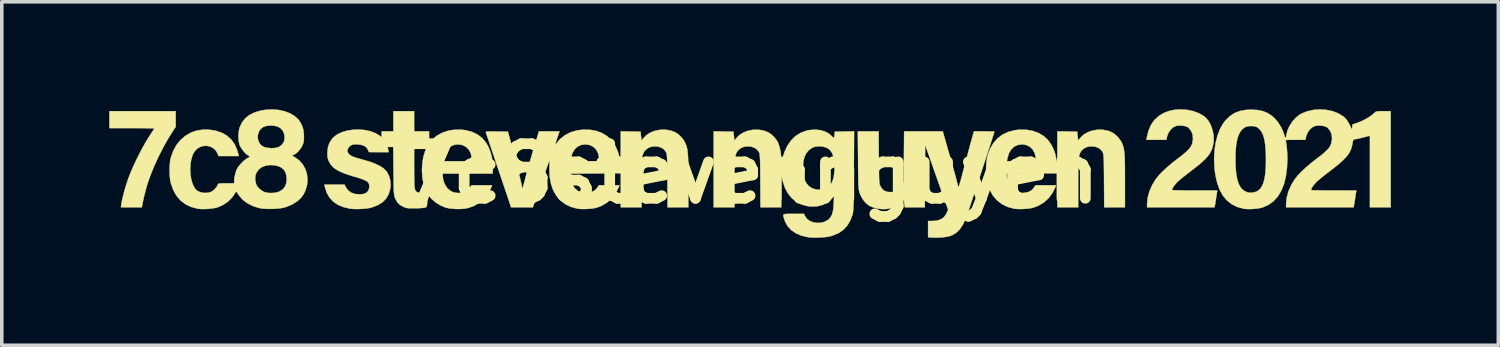
<source format=kicad_pcb>
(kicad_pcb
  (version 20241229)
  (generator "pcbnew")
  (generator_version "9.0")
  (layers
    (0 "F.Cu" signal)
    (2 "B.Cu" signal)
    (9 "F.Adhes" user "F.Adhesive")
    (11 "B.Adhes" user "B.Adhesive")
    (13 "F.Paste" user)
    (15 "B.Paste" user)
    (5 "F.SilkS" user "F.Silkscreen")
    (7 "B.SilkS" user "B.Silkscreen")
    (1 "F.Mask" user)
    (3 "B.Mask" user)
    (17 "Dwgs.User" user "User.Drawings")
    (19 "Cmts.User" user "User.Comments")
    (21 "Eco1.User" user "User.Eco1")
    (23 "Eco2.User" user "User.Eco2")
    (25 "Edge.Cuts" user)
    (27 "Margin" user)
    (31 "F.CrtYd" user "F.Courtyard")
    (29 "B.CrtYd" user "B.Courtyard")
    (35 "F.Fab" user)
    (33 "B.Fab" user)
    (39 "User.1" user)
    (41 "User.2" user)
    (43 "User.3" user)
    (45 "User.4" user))
  (footprint "7c8stevennguyen"
    (layer "F.Cu")
    (at 17.894 1.797)
    (property "Reference" "7c8stevennguyen" (at 0 0 0) (layer "F.SilkS") (effects (font (size 1.524 1.524) (thickness 0.3))))
    (attr through_hole)
    (fp_poly (pts (xy -16.038 -1.304) (xy -16.108 -1.201) (xy -16.247 -0.98) (xy -16.385 -0.734) (xy -16.518 -0.472) (xy -16.64 -0.205) (xy -16.746 0.056) (xy -16.816 0.254) (xy -16.85 0.365) (xy -16.885 0.497) (xy -16.92 0.635) (xy -16.95 0.767) (xy -16.972 0.875) (xy -16.983 0.943) (xy -17.567 0.943) (xy -17.555 0.852) (xy -17.538 0.754) (xy -17.509 0.631) (xy -17.473 0.492) (xy -17.43 0.345) (xy -17.383 0.201) (xy -17.355 0.118) (xy -17.297 -0.03) (xy -17.224 -0.197) (xy -17.141 -0.376) (xy -17.051 -0.556) (xy -16.96 -0.729) (xy -16.871 -0.886) (xy -16.79 -1.019) (xy -16.783 -1.029) (xy -16.732 -1.108) (xy -16.688 -1.176) (xy -16.656 -1.227) (xy -16.639 -1.256) (xy -16.637 -1.26) (xy -16.654 -1.263) (xy -16.704 -1.265) (xy -16.782 -1.266) (xy -16.883 -1.268) (xy -17.004 -1.269) (xy -17.141 -1.27) (xy -17.263 -1.27) (xy -17.889 -1.27) (xy -17.889 -1.742) (xy -16.038 -1.742) (xy -16.038 -1.304)) (stroke (width 0.01) (type solid)) (fill yes) (layer "F.SilkS"))
    (fp_poly (pts (xy 12.211 -1.778) (xy 12.379 -1.742) (xy 12.533 -1.685) (xy 12.665 -1.608) (xy 12.713 -1.571) (xy 12.795 -1.478) (xy 12.862 -1.36) (xy 12.911 -1.224) (xy 12.941 -1.079) (xy 12.947 -0.933) (xy 12.94 -0.855) (xy 12.92 -0.756) (xy 12.891 -0.666) (xy 12.848 -0.58) (xy 12.789 -0.495) (xy 12.712 -0.407) (xy 12.612 -0.313) (xy 12.487 -0.209) (xy 12.334 -0.09) (xy 12.311 -0.073) (xy 12.213 0.002) (xy 12.119 0.076) (xy 12.035 0.144) (xy 11.968 0.202) (xy 11.922 0.243) (xy 11.917 0.249) (xy 11.86 0.315) (xy 11.817 0.376) (xy 11.79 0.424) (xy 11.785 0.456) (xy 11.788 0.46) (xy 11.808 0.463) (xy 11.86 0.465) (xy 11.94 0.468) (xy 12.044 0.469) (xy 12.166 0.471) (xy 12.304 0.472) (xy 12.423 0.472) (xy 13.046 0.472) (xy 13.036 0.531) (xy 13.029 0.579) (xy 13.018 0.648) (xy 13.008 0.717) (xy 12.997 0.789) (xy 12.987 0.853) (xy 12.979 0.894) (xy 12.969 0.943) (xy 11.085 0.943) (xy 11.086 0.848) (xy 11.103 0.673) (xy 11.152 0.493) (xy 11.23 0.316) (xy 11.328 0.156) (xy 11.41 0.054) (xy 11.52 -0.06) (xy 11.651 -0.182) (xy 11.798 -0.306) (xy 11.929 -0.408) (xy 12.053 -0.503) (xy 12.15 -0.583) (xy 12.224 -0.651) (xy 12.278 -0.711) (xy 12.315 -0.768) (xy 12.341 -0.824) (xy 12.348 -0.847) (xy 12.368 -0.97) (xy 12.358 -1.086) (xy 12.318 -1.188) (xy 12.25 -1.273) (xy 12.225 -1.294) (xy 12.169 -1.32) (xy 12.091 -1.336) (xy 12.004 -1.342) (xy 11.919 -1.336) (xy 11.911 -1.335) (xy 11.831 -1.303) (xy 11.757 -1.242) (xy 11.695 -1.159) (xy 11.651 -1.063) (xy 11.638 -1.011) (xy 11.626 -0.943) (xy 11.068 -0.943) (xy 11.078 -1.002) (xy 11.124 -1.193) (xy 11.194 -1.357) (xy 11.29 -1.495) (xy 11.411 -1.608) (xy 11.559 -1.695) (xy 11.702 -1.749) (xy 11.866 -1.783) (xy 12.038 -1.792) (xy 12.211 -1.778)) (stroke (width 0.01) (type solid)) (fill yes) (layer "F.SilkS"))
    (fp_poly (pts (xy 3.596 -0.449) (xy 3.597 -0.267) (xy 3.599 -0.117) (xy 3.6 0.003) (xy 3.602 0.098) (xy 3.605 0.172) (xy 3.608 0.227) (xy 3.613 0.268) (xy 3.618 0.299) (xy 3.625 0.322) (xy 3.634 0.342) (xy 3.642 0.357) (xy 3.695 0.435) (xy 3.758 0.485) (xy 3.84 0.511) (xy 3.928 0.517) (xy 4.031 0.51) (xy 4.109 0.486) (xy 4.169 0.44) (xy 4.22 0.367) (xy 4.236 0.335) (xy 4.291 0.227) (xy 4.296 -0.476) (xy 4.302 -1.179) (xy 5.38 -1.179) (xy 5.556 -0.567) (xy 5.599 -0.416) (xy 5.641 -0.27) (xy 5.679 -0.133) (xy 5.713 -0.012) (xy 5.741 0.09) (xy 5.761 0.165) (xy 5.77 0.2) (xy 5.788 0.273) (xy 5.804 0.334) (xy 5.815 0.374) (xy 5.817 0.381) (xy 5.824 0.373) (xy 5.838 0.334) (xy 5.858 0.27) (xy 5.883 0.186) (xy 5.909 0.085) (xy 5.913 0.073) (xy 5.943 -0.045) (xy 5.981 -0.187) (xy 6.022 -0.344) (xy 6.066 -0.504) (xy 6.107 -0.658) (xy 6.124 -0.721) (xy 6.25 -1.179) (xy 6.536 -1.179) (xy 6.633 -1.179) (xy 6.716 -1.177) (xy 6.779 -1.175) (xy 6.815 -1.172) (xy 6.822 -1.17) (xy 6.816 -1.149) (xy 6.8 -1.098) (xy 6.775 -1.018) (xy 6.742 -0.914) (xy 6.702 -0.789) (xy 6.656 -0.647) (xy 6.605 -0.491) (xy 6.55 -0.324) (xy 6.493 -0.15) (xy 6.435 0.027) (xy 6.376 0.206) (xy 6.318 0.381) (xy 6.262 0.55) (xy 6.209 0.709) (xy 6.16 0.855) (xy 6.117 0.984) (xy 6.08 1.094) (xy 6.051 1.18) (xy 6.03 1.239) (xy 6.02 1.267) (xy 5.942 1.427) (xy 5.856 1.554) (xy 5.758 1.651) (xy 5.647 1.719) (xy 5.562 1.751) (xy 5.495 1.765) (xy 5.404 1.777) (xy 5.299 1.785) (xy 5.194 1.789) (xy 5.098 1.788) (xy 5.048 1.784) (xy 4.971 1.776) (xy 4.971 1.324) (xy 5.085 1.324) (xy 5.215 1.314) (xy 5.319 1.283) (xy 5.401 1.229) (xy 5.465 1.148) (xy 5.489 1.1) (xy 5.531 1.011) (xy 5.481 0.873) (xy 5.464 0.827) (xy 5.437 0.75) (xy 5.401 0.649) (xy 5.357 0.525) (xy 5.308 0.385) (xy 5.254 0.232) (xy 5.197 0.07) (xy 5.16 -0.035) (xy 4.889 -0.804) (xy 4.88 0.943) (xy 4.323 0.943) (xy 4.312 0.875) (xy 4.304 0.816) (xy 4.3 0.762) (xy 4.3 0.759) (xy 4.298 0.737) (xy 4.29 0.73) (xy 4.271 0.742) (xy 4.235 0.776) (xy 4.195 0.815) (xy 4.115 0.886) (xy 4.032 0.935) (xy 3.937 0.967) (xy 3.82 0.987) (xy 3.792 0.99) (xy 3.673 0.991) (xy 3.548 0.974) (xy 3.429 0.942) (xy 3.33 0.899) (xy 3.321 0.893) (xy 3.228 0.817) (xy 3.146 0.715) (xy 3.081 0.595) (xy 3.062 0.544) (xy 3.052 0.515) (xy 3.045 0.485) (xy 3.038 0.452) (xy 3.033 0.412) (xy 3.029 0.361) (xy 3.025 0.295) (xy 3.023 0.211) (xy 3.021 0.106) (xy 3.019 -0.025) (xy 3.017 -0.185) (xy 3.016 -0.376) (xy 3.009 -1.179) (xy 3.59 -1.179) (xy 3.596 -0.449)) (stroke (width 0.01) (type solid)) (fill yes) (layer "F.SilkS"))
    (fp_poly (pts (xy 7.711 -1.225) (xy 7.89 -1.194) (xy 8.052 -1.135) (xy 8.195 -1.051) (xy 8.316 -0.941) (xy 8.41 -0.808) (xy 8.423 -0.785) (xy 8.468 -0.692) (xy 8.501 -0.611) (xy 8.526 -0.527) (xy 8.548 -0.426) (xy 8.553 -0.396) (xy 8.561 -0.357) (xy 8.567 -0.333) (xy 8.571 -0.326) (xy 8.574 -0.341) (xy 8.576 -0.378) (xy 8.578 -0.443) (xy 8.579 -0.536) (xy 8.579 -0.662) (xy 8.58 -0.722) (xy 8.582 -1.18) (xy 8.858 -1.175) (xy 9.135 -1.17) (xy 9.14 -1.107) (xy 9.146 -1.042) (xy 9.154 -0.983) (xy 9.164 -0.922) (xy 9.213 -0.987) (xy 9.304 -1.079) (xy 9.419 -1.15) (xy 9.551 -1.199) (xy 9.693 -1.224) (xy 9.839 -1.225) (xy 9.982 -1.2) (xy 10.105 -1.152) (xy 10.191 -1.095) (xy 10.275 -1.015) (xy 10.345 -0.924) (xy 10.38 -0.86) (xy 10.401 -0.811) (xy 10.418 -0.761) (xy 10.432 -0.708) (xy 10.443 -0.648) (xy 10.452 -0.575) (xy 10.458 -0.488) (xy 10.463 -0.382) (xy 10.466 -0.252) (xy 10.467 -0.096) (xy 10.468 0.09) (xy 10.468 0.204) (xy 10.468 0.943) (xy 9.889 0.943) (xy 9.884 0.204) (xy 9.883 0.02) (xy 9.881 -0.131) (xy 9.88 -0.253) (xy 9.878 -0.35) (xy 9.875 -0.424) (xy 9.872 -0.481) (xy 9.867 -0.523) (xy 9.862 -0.554) (xy 9.855 -0.578) (xy 9.846 -0.598) (xy 9.841 -0.608) (xy 9.787 -0.677) (xy 9.709 -0.727) (xy 9.618 -0.755) (xy 9.52 -0.762) (xy 9.423 -0.747) (xy 9.336 -0.71) (xy 9.265 -0.651) (xy 9.253 -0.636) (xy 9.231 -0.603) (xy 9.213 -0.569) (xy 9.198 -0.531) (xy 9.186 -0.485) (xy 9.178 -0.427) (xy 9.171 -0.354) (xy 9.167 -0.261) (xy 9.164 -0.145) (xy 9.163 -0.002) (xy 9.162 0.172) (xy 9.162 0.266) (xy 9.162 0.943) (xy 8.582 0.943) (xy 8.582 0.467) (xy 8.582 -0.009) (xy 7.874 -0.004) (xy 7.166 0.001) (xy 7.166 0.071) (xy 7.181 0.18) (xy 7.222 0.292) (xy 7.283 0.391) (xy 7.297 0.408) (xy 7.381 0.483) (xy 7.476 0.527) (xy 7.587 0.542) (xy 7.646 0.54) (xy 7.763 0.518) (xy 7.853 0.472) (xy 7.921 0.402) (xy 7.929 0.389) (xy 7.968 0.327) (xy 8.544 0.327) (xy 8.528 0.371) (xy 8.445 0.54) (xy 8.336 0.686) (xy 8.204 0.806) (xy 8.049 0.898) (xy 7.911 0.951) (xy 7.826 0.969) (xy 7.719 0.982) (xy 7.603 0.989) (xy 7.49 0.989) (xy 7.396 0.983) (xy 7.372 0.979) (xy 7.191 0.93) (xy 7.032 0.852) (xy 6.895 0.746) (xy 6.781 0.613) (xy 6.692 0.453) (xy 6.626 0.266) (xy 6.613 0.211) (xy 6.597 0.105) (xy 6.59 -0.025) (xy 6.591 -0.164) (xy 6.599 -0.302) (xy 6.605 -0.345) (xy 7.171 -0.345) (xy 7.988 -0.345) (xy 7.978 -0.442) (xy 7.95 -0.566) (xy 7.896 -0.669) (xy 7.818 -0.746) (xy 7.721 -0.796) (xy 7.605 -0.816) (xy 7.589 -0.816) (xy 7.473 -0.799) (xy 7.372 -0.751) (xy 7.29 -0.672) (xy 7.228 -0.566) (xy 7.188 -0.434) (xy 7.186 -0.425) (xy 7.171 -0.345) (xy 6.605 -0.345) (xy 6.615 -0.426) (xy 6.631 -0.499) (xy 6.699 -0.687) (xy 6.791 -0.847) (xy 6.907 -0.98) (xy 7.045 -1.086) (xy 7.206 -1.162) (xy 7.389 -1.211) (xy 7.52 -1.226) (xy 7.711 -1.225)) (stroke (width 0.01) (type solid)) (fill yes) (layer "F.SilkS"))
    (fp_poly (pts (xy 1.966 -1.212) (xy 2.098 -1.172) (xy 2.21 -1.11) (xy 2.275 -1.051) (xy 2.312 -1.013) (xy 2.335 -1) (xy 2.348 -1.014) (xy 2.357 -1.059) (xy 2.363 -1.116) (xy 2.368 -1.17) (xy 2.636 -1.175) (xy 2.905 -1.18) (xy 2.898 -0.069) (xy 2.897 0.164) (xy 2.895 0.364) (xy 2.894 0.533) (xy 2.892 0.674) (xy 2.89 0.79) (xy 2.887 0.885) (xy 2.884 0.96) (xy 2.881 1.019) (xy 2.876 1.065) (xy 2.871 1.1) (xy 2.866 1.128) (xy 2.862 1.142) (xy 2.796 1.314) (xy 2.712 1.456) (xy 2.606 1.57) (xy 2.476 1.66) (xy 2.32 1.727) (xy 2.241 1.75) (xy 2.155 1.767) (xy 2.046 1.779) (xy 1.925 1.786) (xy 1.803 1.788) (xy 1.694 1.785) (xy 1.624 1.777) (xy 1.441 1.735) (xy 1.284 1.669) (xy 1.154 1.581) (xy 1.052 1.472) (xy 0.979 1.343) (xy 0.954 1.271) (xy 0.938 1.217) (xy 0.929 1.178) (xy 0.932 1.152) (xy 0.952 1.136) (xy 0.992 1.128) (xy 1.057 1.125) (xy 1.151 1.125) (xy 1.215 1.125) (xy 1.504 1.125) (xy 1.535 1.189) (xy 1.59 1.266) (xy 1.669 1.323) (xy 1.766 1.361) (xy 1.872 1.378) (xy 1.98 1.373) (xy 2.084 1.345) (xy 2.175 1.294) (xy 2.196 1.276) (xy 2.247 1.22) (xy 2.284 1.153) (xy 2.31 1.069) (xy 2.327 0.961) (xy 2.336 0.837) (xy 2.345 0.631) (xy 2.266 0.716) (xy 2.156 0.809) (xy 2.025 0.875) (xy 1.878 0.913) (xy 1.718 0.921) (xy 1.612 0.91) (xy 1.445 0.866) (xy 1.296 0.791) (xy 1.167 0.687) (xy 1.059 0.555) (xy 0.974 0.398) (xy 0.913 0.215) (xy 0.905 0.185) (xy 0.874 0.045) (xy 0.871 0.943) (xy 0.291 0.943) (xy 0.286 0.204) (xy 0.285 0.02) (xy 0.284 -0.048) (xy 1.473 -0.048) (xy 1.488 0.069) (xy 1.521 0.172) (xy 1.574 0.271) (xy 1.576 0.274) (xy 1.649 0.357) (xy 1.744 0.415) (xy 1.856 0.448) (xy 1.977 0.452) (xy 2.072 0.435) (xy 2.166 0.393) (xy 2.241 0.323) (xy 2.297 0.226) (xy 2.335 0.1) (xy 2.355 -0.057) (xy 2.359 -0.179) (xy 2.35 -0.347) (xy 2.324 -0.485) (xy 2.28 -0.593) (xy 2.216 -0.673) (xy 2.131 -0.727) (xy 2.025 -0.756) (xy 1.936 -0.762) (xy 1.835 -0.755) (xy 1.754 -0.731) (xy 1.68 -0.684) (xy 1.628 -0.638) (xy 1.564 -0.559) (xy 1.518 -0.461) (xy 1.489 -0.338) (xy 1.474 -0.189) (xy 1.473 -0.048) (xy 0.284 -0.048) (xy 0.284 -0.131) (xy 0.282 -0.253) (xy 0.28 -0.35) (xy 0.277 -0.424) (xy 0.274 -0.481) (xy 0.27 -0.523) (xy 0.264 -0.554) (xy 0.257 -0.578) (xy 0.249 -0.598) (xy 0.244 -0.608) (xy 0.189 -0.677) (xy 0.112 -0.727) (xy 0.02 -0.755) (xy -0.078 -0.762) (xy -0.174 -0.747) (xy -0.262 -0.71) (xy -0.332 -0.651) (xy -0.344 -0.636) (xy -0.366 -0.603) (xy -0.385 -0.569) (xy -0.4 -0.531) (xy -0.411 -0.485) (xy -0.42 -0.427) (xy -0.426 -0.354) (xy -0.431 -0.261) (xy -0.433 -0.145) (xy -0.435 -0.002) (xy -0.435 0.172) (xy -0.435 0.266) (xy -0.435 0.943) (xy -1.016 0.943) (xy -1.016 -1.18) (xy -0.739 -1.175) (xy -0.463 -1.17) (xy -0.458 -1.107) (xy -0.451 -1.042) (xy -0.443 -0.982) (xy -0.433 -0.921) (xy -0.388 -0.982) (xy -0.3 -1.075) (xy -0.186 -1.146) (xy -0.056 -1.196) (xy 0.085 -1.223) (xy 0.23 -1.226) (xy 0.373 -1.203) (xy 0.506 -1.153) (xy 0.508 -1.152) (xy 0.594 -1.095) (xy 0.677 -1.015) (xy 0.748 -0.924) (xy 0.783 -0.86) (xy 0.821 -0.751) (xy 0.85 -0.621) (xy 0.868 -0.485) (xy 0.872 -0.408) (xy 0.875 -0.281) (xy 0.898 -0.39) (xy 0.958 -0.595) (xy 1.039 -0.772) (xy 1.141 -0.922) (xy 1.264 -1.043) (xy 1.407 -1.135) (xy 1.568 -1.196) (xy 1.666 -1.216) (xy 1.82 -1.227) (xy 1.966 -1.212)) (stroke (width 0.01) (type solid)) (fill yes) (layer "F.SilkS"))
    (fp_poly (pts (xy -4.481 -1.225) (xy -4.302 -1.194) (xy -4.14 -1.135) (xy -3.997 -1.051) (xy -3.876 -0.941) (xy -3.782 -0.808) (xy -3.769 -0.785) (xy -3.724 -0.692) (xy -3.691 -0.611) (xy -3.666 -0.527) (xy -3.644 -0.426) (xy -3.639 -0.396) (xy -3.631 -0.357) (xy -3.625 -0.333) (xy -3.621 -0.326) (xy -3.618 -0.341) (xy -3.616 -0.378) (xy -3.614 -0.443) (xy -3.613 -0.536) (xy -3.613 -0.662) (xy -3.612 -0.722) (xy -3.61 -1.18) (xy -3.334 -1.175) (xy -3.057 -1.17) (xy -3.052 -1.107) (xy -3.046 -1.042) (xy -3.038 -0.983) (xy -3.028 -0.922) (xy -2.979 -0.987) (xy -2.888 -1.079) (xy -2.773 -1.15) (xy -2.641 -1.199) (xy -2.499 -1.224) (xy -2.353 -1.225) (xy -2.21 -1.2) (xy -2.087 -1.152) (xy -2.001 -1.095) (xy -1.917 -1.015) (xy -1.847 -0.924) (xy -1.812 -0.86) (xy -1.791 -0.811) (xy -1.774 -0.761) (xy -1.76 -0.708) (xy -1.749 -0.648) (xy -1.74 -0.575) (xy -1.734 -0.488) (xy -1.729 -0.382) (xy -1.726 -0.252) (xy -1.725 -0.096) (xy -1.724 0.09) (xy -1.724 0.204) (xy -1.724 0.943) (xy -2.303 0.943) (xy -2.308 0.204) (xy -2.309 0.02) (xy -2.311 -0.131) (xy -2.312 -0.253) (xy -2.314 -0.35) (xy -2.317 -0.424) (xy -2.32 -0.481) (xy -2.325 -0.523) (xy -2.33 -0.554) (xy -2.337 -0.578) (xy -2.346 -0.598) (xy -2.351 -0.608) (xy -2.405 -0.677) (xy -2.483 -0.727) (xy -2.574 -0.755) (xy -2.672 -0.762) (xy -2.769 -0.747) (xy -2.856 -0.71) (xy -2.927 -0.651) (xy -2.939 -0.636) (xy -2.961 -0.603) (xy -2.979 -0.569) (xy -2.994 -0.531) (xy -3.006 -0.485) (xy -3.014 -0.427) (xy -3.021 -0.354) (xy -3.025 -0.261) (xy -3.028 -0.145) (xy -3.029 -0.002) (xy -3.03 0.172) (xy -3.03 0.266) (xy -3.03 0.943) (xy -3.61 0.943) (xy -3.61 0.467) (xy -3.61 -0.009) (xy -4.318 -0.004) (xy -5.026 0.001) (xy -5.026 0.071) (xy -5.011 0.18) (xy -4.97 0.292) (xy -4.909 0.391) (xy -4.895 0.408) (xy -4.811 0.483) (xy -4.716 0.527) (xy -4.605 0.542) (xy -4.546 0.54) (xy -4.429 0.518) (xy -4.339 0.472) (xy -4.271 0.402) (xy -4.263 0.389) (xy -4.224 0.327) (xy -3.648 0.327) (xy -3.664 0.371) (xy -3.747 0.54) (xy -3.856 0.686) (xy -3.988 0.806) (xy -4.143 0.898) (xy -4.281 0.951) (xy -4.366 0.969) (xy -4.473 0.982) (xy -4.589 0.989) (xy -4.702 0.989) (xy -4.796 0.983) (xy -4.82 0.979) (xy -5.001 0.93) (xy -5.16 0.853) (xy -5.297 0.749) (xy -5.409 0.619) (xy -5.497 0.464) (xy -5.559 0.287) (xy -5.595 0.087) (xy -5.604 -0.134) (xy -5.603 -0.156) (xy -5.6 -0.241) (xy -5.599 -0.312) (xy -5.598 -0.345) (xy -5.021 -0.345) (xy -4.204 -0.345) (xy -4.214 -0.442) (xy -4.242 -0.566) (xy -4.296 -0.669) (xy -4.374 -0.746) (xy -4.471 -0.796) (xy -4.587 -0.816) (xy -4.603 -0.816) (xy -4.719 -0.799) (xy -4.82 -0.751) (xy -4.902 -0.672) (xy -4.964 -0.566) (xy -5.004 -0.434) (xy -5.006 -0.425) (xy -5.021 -0.345) (xy -5.598 -0.345) (xy -5.598 -0.361) (xy -5.598 -0.381) (xy -5.598 -0.381) (xy -5.605 -0.364) (xy -5.622 -0.317) (xy -5.648 -0.243) (xy -5.683 -0.146) (xy -5.724 -0.03) (xy -5.771 0.103) (xy -5.822 0.247) (xy -5.834 0.281) (xy -6.066 0.943) (xy -6.672 0.943) (xy -7.022 -0.095) (xy -7.085 -0.282) (xy -7.144 -0.458) (xy -7.199 -0.621) (xy -7.249 -0.768) (xy -7.292 -0.897) (xy -7.328 -1.003) (xy -7.355 -1.083) (xy -7.373 -1.136) (xy -7.38 -1.157) (xy -7.38 -1.157) (xy -7.376 -1.166) (xy -7.354 -1.172) (xy -7.31 -1.175) (xy -7.24 -1.177) (xy -7.14 -1.176) (xy -7.075 -1.175) (xy -6.762 -1.17) (xy -6.682 -0.88) (xy -6.642 -0.733) (xy -6.602 -0.58) (xy -6.561 -0.425) (xy -6.521 -0.271) (xy -6.484 -0.124) (xy -6.45 0.012) (xy -6.421 0.133) (xy -6.397 0.234) (xy -6.379 0.312) (xy -6.37 0.362) (xy -6.368 0.376) (xy -6.366 0.408) (xy -6.359 0.411) (xy -6.346 0.384) (xy -6.327 0.325) (xy -6.302 0.234) (xy -6.276 0.131) (xy -6.239 -0.009) (xy -6.193 -0.177) (xy -6.138 -0.367) (xy -6.078 -0.573) (xy -6.014 -0.79) (xy -5.949 -1.002) (xy -5.895 -1.179) (xy -5.32 -1.179) (xy -5.39 -0.975) (xy -5.416 -0.897) (xy -5.432 -0.842) (xy -5.437 -0.814) (xy -5.43 -0.816) (xy -5.429 -0.816) (xy -5.311 -0.958) (xy -5.171 -1.07) (xy -5.011 -1.153) (xy -4.829 -1.206) (xy -4.672 -1.226) (xy -4.481 -1.225)) (stroke (width 0.01) (type solid)) (fill yes) (layer "F.SilkS"))
    (fp_poly (pts (xy -13.166 -1.777) (xy -13 -1.741) (xy -12.849 -1.684) (xy -12.72 -1.608) (xy -12.617 -1.514) (xy -12.591 -1.482) (xy -12.521 -1.366) (xy -12.478 -1.241) (xy -12.459 -1.098) (xy -12.457 -1.043) (xy -12.459 -0.956) (xy -12.465 -0.892) (xy -12.479 -0.838) (xy -12.502 -0.781) (xy -12.503 -0.78) (xy -12.555 -0.692) (xy -12.621 -0.612) (xy -12.693 -0.551) (xy -12.74 -0.525) (xy -12.793 -0.503) (xy -12.715 -0.459) (xy -12.59 -0.369) (xy -12.49 -0.256) (xy -12.418 -0.126) (xy -12.373 0.017) (xy -12.357 0.168) (xy -12.372 0.324) (xy -12.418 0.479) (xy -12.46 0.567) (xy -12.54 0.679) (xy -12.651 0.779) (xy -12.787 0.863) (xy -12.944 0.928) (xy -13.037 0.955) (xy -13.125 0.97) (xy -13.235 0.981) (xy -13.356 0.986) (xy -13.477 0.986) (xy -13.588 0.98) (xy -13.676 0.969) (xy -13.691 0.966) (xy -13.874 0.91) (xy -14.033 0.831) (xy -14.165 0.731) (xy -14.269 0.611) (xy -14.278 0.597) (xy -14.315 0.541) (xy -14.338 0.512) (xy -14.352 0.506) (xy -14.364 0.518) (xy -14.37 0.53) (xy -14.459 0.663) (xy -14.575 0.78) (xy -14.712 0.874) (xy -14.863 0.941) (xy -14.873 0.944) (xy -14.965 0.965) (xy -15.077 0.98) (xy -15.197 0.989) (xy -15.312 0.99) (xy -15.408 0.983) (xy -15.426 0.98) (xy -15.608 0.931) (xy -15.767 0.855) (xy -15.903 0.751) (xy -16.016 0.619) (xy -16.105 0.459) (xy -16.172 0.27) (xy -16.177 0.254) (xy -16.195 0.156) (xy -16.206 0.034) (xy -16.209 -0.098) (xy -16.205 -0.23) (xy -16.194 -0.349) (xy -16.177 -0.435) (xy -16.11 -0.627) (xy -16.018 -0.796) (xy -15.902 -0.939) (xy -15.766 -1.056) (xy -15.612 -1.145) (xy -15.441 -1.203) (xy -15.258 -1.229) (xy -15.11 -1.227) (xy -14.916 -1.196) (xy -14.747 -1.139) (xy -14.602 -1.055) (xy -14.482 -0.945) (xy -14.387 -0.809) (xy -14.318 -0.646) (xy -14.289 -0.54) (xy -14.278 -0.49) (xy -14.841 -0.49) (xy -14.87 -0.562) (xy -14.924 -0.652) (xy -15 -0.719) (xy -15.092 -0.761) (xy -15.192 -0.777) (xy -15.295 -0.766) (xy -15.393 -0.726) (xy -15.457 -0.679) (xy -15.521 -0.605) (xy -15.569 -0.51) (xy -15.604 -0.388) (xy -15.623 -0.278) (xy -15.633 -0.131) (xy -15.626 0.018) (xy -15.604 0.159) (xy -15.567 0.286) (xy -15.517 0.39) (xy -15.48 0.442) (xy -15.411 0.495) (xy -15.321 0.528) (xy -15.22 0.541) (xy -15.118 0.532) (xy -15.046 0.509) (xy -14.995 0.477) (xy -14.943 0.429) (xy -14.897 0.376) (xy -14.867 0.326) (xy -14.859 0.297) (xy -14.851 0.286) (xy -14.825 0.279) (xy -14.776 0.274) (xy -14.698 0.272) (xy -14.632 0.272) (xy -14.405 0.272) (xy -14.405 0.211) (xy -14.398 0.127) (xy -13.819 0.127) (xy -13.811 0.222) (xy -13.788 0.308) (xy -13.779 0.326) (xy -13.73 0.395) (xy -13.659 0.459) (xy -13.583 0.506) (xy -13.561 0.515) (xy -13.459 0.539) (xy -13.343 0.543) (xy -13.23 0.529) (xy -13.141 0.5) (xy -13.049 0.441) (xy -12.985 0.363) (xy -12.949 0.263) (xy -12.939 0.188) (xy -12.944 0.059) (xy -12.978 -0.048) (xy -13.039 -0.131) (xy -13.128 -0.191) (xy -13.244 -0.227) (xy -13.387 -0.239) (xy -13.394 -0.239) (xy -13.522 -0.223) (xy -13.632 -0.181) (xy -13.72 -0.114) (xy -13.783 -0.026) (xy -13.808 0.039) (xy -13.819 0.127) (xy -14.398 0.127) (xy -14.396 0.107) (xy -14.372 -0.006) (xy -14.338 -0.108) (xy -14.329 -0.126) (xy -14.291 -0.188) (xy -14.234 -0.258) (xy -14.168 -0.328) (xy -14.101 -0.387) (xy -14.042 -0.427) (xy -14.028 -0.434) (xy -13.983 -0.456) (xy -13.974 -0.476) (xy -13.998 -0.498) (xy -14.017 -0.509) (xy -14.077 -0.554) (xy -14.141 -0.621) (xy -14.2 -0.698) (xy -14.243 -0.776) (xy -14.254 -0.803) (xy -14.277 -0.903) (xy -14.286 -1.022) (xy -14.284 -1.075) (xy -13.746 -1.075) (xy -13.745 -0.969) (xy -13.714 -0.876) (xy -13.665 -0.803) (xy -13.597 -0.752) (xy -13.505 -0.722) (xy -13.385 -0.71) (xy -13.362 -0.709) (xy -13.25 -0.716) (xy -13.165 -0.74) (xy -13.161 -0.742) (xy -13.078 -0.798) (xy -13.022 -0.875) (xy -12.995 -0.969) (xy -13.001 -1.074) (xy -13.007 -1.101) (xy -13.049 -1.2) (xy -13.114 -1.272) (xy -13.204 -1.319) (xy -13.32 -1.341) (xy -13.376 -1.343) (xy -13.498 -1.333) (xy -13.593 -1.302) (xy -13.665 -1.248) (xy -13.711 -1.18) (xy -13.746 -1.075) (xy -14.284 -1.075) (xy -14.281 -1.143) (xy -14.263 -1.252) (xy -14.254 -1.282) (xy -14.189 -1.423) (xy -14.098 -1.541) (xy -13.98 -1.636) (xy -13.834 -1.708) (xy -13.659 -1.759) (xy -13.527 -1.781) (xy -13.343 -1.791) (xy -13.166 -1.777)) (stroke (width 0.01) (type solid)) (fill yes) (layer "F.SilkS"))
    (fp_poly (pts (xy 16.088 -1.78) (xy 16.259 -1.745) (xy 16.416 -1.686) (xy 16.554 -1.604) (xy 16.596 -1.571) (xy 16.66 -1.5) (xy 16.722 -1.402) (xy 16.741 -1.365) (xy 16.809 -1.226) (xy 16.82 -1.371) (xy 16.974 -1.423) (xy 17.075 -1.464) (xy 17.182 -1.518) (xy 17.285 -1.578) (xy 17.373 -1.64) (xy 17.434 -1.695) (xy 17.455 -1.715) (xy 17.477 -1.728) (xy 17.508 -1.736) (xy 17.556 -1.74) (xy 17.627 -1.742) (xy 17.683 -1.742) (xy 17.889 -1.742) (xy 17.889 0.943) (xy 17.308 0.943) (xy 17.308 -1.057) (xy 17.267 -1.047) (xy 17.231 -1.038) (xy 17.171 -1.023) (xy 17.099 -1.004) (xy 17.083 -1) (xy 17.01 -0.982) (xy 16.947 -0.968) (xy 16.904 -0.962) (xy 16.898 -0.962) (xy 16.868 -0.958) (xy 16.849 -0.943) (xy 16.835 -0.91) (xy 16.822 -0.849) (xy 16.818 -0.824) (xy 16.797 -0.731) (xy 16.765 -0.643) (xy 16.718 -0.558) (xy 16.653 -0.472) (xy 16.567 -0.381) (xy 16.458 -0.283) (xy 16.323 -0.173) (xy 16.194 -0.073) (xy 16.095 0.002) (xy 16.001 0.076) (xy 15.917 0.144) (xy 15.85 0.202) (xy 15.805 0.243) (xy 15.8 0.249) (xy 15.743 0.315) (xy 15.699 0.376) (xy 15.673 0.424) (xy 15.667 0.456) (xy 15.67 0.46) (xy 15.69 0.463) (xy 15.743 0.465) (xy 15.823 0.468) (xy 15.926 0.469) (xy 16.049 0.471) (xy 16.187 0.472) (xy 16.305 0.472) (xy 16.929 0.472) (xy 16.919 0.531) (xy 16.911 0.579) (xy 16.901 0.648) (xy 16.891 0.717) (xy 16.88 0.789) (xy 16.869 0.853) (xy 16.862 0.894) (xy 16.852 0.943) (xy 14.968 0.943) (xy 14.968 0.848) (xy 14.985 0.673) (xy 15.034 0.493) (xy 15.113 0.316) (xy 15.211 0.156) (xy 15.293 0.054) (xy 15.402 -0.06) (xy 15.533 -0.182) (xy 15.681 -0.306) (xy 15.812 -0.408) (xy 15.936 -0.503) (xy 16.033 -0.583) (xy 16.106 -0.651) (xy 16.16 -0.711) (xy 16.198 -0.768) (xy 16.223 -0.824) (xy 16.23 -0.847) (xy 16.251 -0.97) (xy 16.241 -1.086) (xy 16.201 -1.188) (xy 16.133 -1.273) (xy 16.107 -1.294) (xy 16.052 -1.32) (xy 15.974 -1.336) (xy 15.886 -1.342) (xy 15.802 -1.336) (xy 15.794 -1.335) (xy 15.714 -1.303) (xy 15.64 -1.242) (xy 15.578 -1.159) (xy 15.534 -1.063) (xy 15.521 -1.011) (xy 15.508 -0.943) (xy 15.228 -0.943) (xy 15.121 -0.943) (xy 15.046 -0.942) (xy 14.997 -0.939) (xy 14.969 -0.934) (xy 14.957 -0.927) (xy 14.956 -0.916) (xy 14.958 -0.911) (xy 14.97 -0.855) (xy 14.982 -0.772) (xy 14.992 -0.672) (xy 14.999 -0.566) (xy 15.003 -0.462) (xy 15.004 -0.43) (xy 14.993 -0.16) (xy 14.961 0.082) (xy 14.907 0.297) (xy 14.831 0.484) (xy 14.734 0.642) (xy 14.615 0.772) (xy 14.475 0.873) (xy 14.318 0.943) (xy 14.22 0.967) (xy 14.1 0.983) (xy 13.973 0.991) (xy 13.854 0.988) (xy 13.777 0.979) (xy 13.602 0.931) (xy 13.448 0.855) (xy 13.315 0.75) (xy 13.204 0.615) (xy 13.113 0.452) (xy 13.043 0.258) (xy 12.993 0.036) (xy 12.97 -0.144) (xy 12.958 -0.39) (xy 12.958 -0.399) (xy 13.553 -0.399) (xy 13.558 -0.18) (xy 13.575 0.007) (xy 13.603 0.162) (xy 13.644 0.288) (xy 13.698 0.387) (xy 13.767 0.46) (xy 13.849 0.509) (xy 13.906 0.528) (xy 13.983 0.535) (xy 14.07 0.525) (xy 14.147 0.501) (xy 14.154 0.497) (xy 14.225 0.446) (xy 14.284 0.372) (xy 14.33 0.272) (xy 14.365 0.144) (xy 14.389 -0.013) (xy 14.402 -0.201) (xy 14.405 -0.382) (xy 14.401 -0.598) (xy 14.388 -0.781) (xy 14.366 -0.934) (xy 14.333 -1.059) (xy 14.289 -1.158) (xy 14.234 -1.234) (xy 14.166 -1.289) (xy 14.145 -1.301) (xy 14.077 -1.322) (xy 13.992 -1.329) (xy 13.906 -1.323) (xy 13.836 -1.303) (xy 13.832 -1.301) (xy 13.753 -1.246) (xy 13.688 -1.169) (xy 13.637 -1.069) (xy 13.599 -0.942) (xy 13.572 -0.786) (xy 13.557 -0.6) (xy 13.553 -0.399) (xy 12.958 -0.399) (xy 12.968 -0.627) (xy 12.998 -0.85) (xy 13.05 -1.056) (xy 13.12 -1.24) (xy 13.209 -1.398) (xy 13.282 -1.493) (xy 13.401 -1.607) (xy 13.532 -1.692) (xy 13.678 -1.748) (xy 13.844 -1.778) (xy 13.979 -1.785) (xy 14.16 -1.776) (xy 14.315 -1.745) (xy 14.451 -1.691) (xy 14.573 -1.611) (xy 14.667 -1.524) (xy 14.749 -1.422) (xy 14.825 -1.299) (xy 14.886 -1.17) (xy 14.914 -1.089) (xy 14.934 -1.025) (xy 14.95 -0.997) (xy 14.961 -1.004) (xy 14.97 -1.046) (xy 14.974 -1.073) (xy 15.005 -1.2) (xy 15.064 -1.33) (xy 15.145 -1.454) (xy 15.243 -1.563) (xy 15.35 -1.648) (xy 15.396 -1.674) (xy 15.557 -1.739) (xy 15.731 -1.778) (xy 15.91 -1.791) (xy 16.088 -1.78)) (stroke (width 0.01) (type solid)) (fill yes) (layer "F.SilkS"))
    (fp_poly (pts (xy -9.38 -1.179) (xy -8.963 -1.179) (xy -8.963 -0.855) (xy -8.871 -0.951) (xy -8.747 -1.057) (xy -8.599 -1.139) (xy -8.433 -1.196) (xy -8.255 -1.225) (xy -8.068 -1.226) (xy -7.936 -1.21) (xy -7.759 -1.163) (xy -7.607 -1.09) (xy -7.478 -0.99) (xy -7.373 -0.863) (xy -7.311 -0.756) (xy -7.247 -0.602) (xy -7.207 -0.444) (xy -7.187 -0.272) (xy -7.185 -0.177) (xy -7.185 0) (xy -8.582 0) (xy -8.582 0.07) (xy -8.567 0.181) (xy -8.526 0.293) (xy -8.465 0.392) (xy -8.451 0.408) (xy -8.367 0.483) (xy -8.272 0.527) (xy -8.161 0.542) (xy -8.102 0.54) (xy -7.985 0.518) (xy -7.895 0.472) (xy -7.827 0.402) (xy -7.819 0.389) (xy -7.78 0.327) (xy -7.204 0.327) (xy -7.222 0.376) (xy -7.305 0.545) (xy -7.414 0.69) (xy -7.548 0.809) (xy -7.707 0.901) (xy -7.848 0.954) (xy -7.957 0.977) (xy -8.087 0.988) (xy -8.227 0.988) (xy -8.361 0.977) (xy -8.478 0.955) (xy -8.502 0.948) (xy -8.641 0.891) (xy -8.771 0.811) (xy -8.883 0.717) (xy -8.933 0.659) (xy -9.008 0.563) (xy -9.013 0.745) (xy -9.016 0.827) (xy -9.02 0.881) (xy -9.027 0.913) (xy -9.039 0.932) (xy -9.058 0.943) (xy -9.068 0.947) (xy -9.104 0.955) (xy -9.168 0.961) (xy -9.251 0.966) (xy -9.344 0.969) (xy -9.353 0.969) (xy -9.453 0.969) (xy -9.526 0.967) (xy -9.58 0.961) (xy -9.623 0.951) (xy -9.663 0.936) (xy -9.679 0.929) (xy -9.777 0.873) (xy -9.847 0.806) (xy -9.899 0.716) (xy -9.91 0.691) (xy -9.92 0.663) (xy -9.929 0.635) (xy -9.936 0.603) (xy -9.941 0.562) (xy -9.945 0.51) (xy -9.949 0.441) (xy -9.951 0.352) (xy -9.953 0.239) (xy -9.955 0.097) (xy -9.957 -0.076) (xy -9.957 -0.077) (xy -9.963 -0.744) (xy -9.38 -0.744) (xy -9.38 -0.168) (xy -9.379 0.002) (xy -9.378 0.14) (xy -9.376 0.249) (xy -9.372 0.332) (xy -9.366 0.395) (xy -9.357 0.44) (xy -9.345 0.472) (xy -9.329 0.494) (xy -9.309 0.51) (xy -9.289 0.521) (xy -9.246 0.533) (xy -9.183 0.542) (xy -9.131 0.544) (xy -9.019 0.544) (xy -9.061 0.449) (xy -9.116 0.287) (xy -9.15 0.105) (xy -9.162 -0.088) (xy -9.152 -0.283) (xy -9.142 -0.345) (xy -8.577 -0.345) (xy -7.76 -0.345) (xy -7.77 -0.442) (xy -7.798 -0.566) (xy -7.852 -0.669) (xy -7.93 -0.746) (xy -8.027 -0.796) (xy -8.143 -0.816) (xy -8.159 -0.816) (xy -8.275 -0.799) (xy -8.376 -0.751) (xy -8.458 -0.672) (xy -8.52 -0.566) (xy -8.56 -0.434) (xy -8.562 -0.425) (xy -8.577 -0.345) (xy -9.142 -0.345) (xy -9.122 -0.47) (xy -9.07 -0.638) (xy -9.05 -0.69) (xy -9.038 -0.726) (xy -9.035 -0.735) (xy -9.052 -0.739) (xy -9.097 -0.742) (xy -9.163 -0.744) (xy -9.207 -0.744) (xy -9.38 -0.744) (xy -9.963 -0.744) (xy -10.119 -0.744) (xy -10.106 -0.671) (xy -10.092 -0.599) (xy -10.367 -0.599) (xy -10.641 -0.6) (xy -10.673 -0.671) (xy -10.718 -0.736) (xy -10.785 -0.781) (xy -10.877 -0.808) (xy -10.998 -0.819) (xy -11.053 -0.818) (xy -11.124 -0.8) (xy -11.187 -0.756) (xy -11.23 -0.695) (xy -11.241 -0.661) (xy -11.242 -0.613) (xy -11.22 -0.569) (xy -11.204 -0.549) (xy -11.178 -0.523) (xy -11.143 -0.499) (xy -11.094 -0.475) (xy -11.026 -0.451) (xy -10.935 -0.422) (xy -10.815 -0.389) (xy -10.75 -0.371) (xy -10.599 -0.326) (xy -10.459 -0.271) (xy -10.337 -0.212) (xy -10.242 -0.152) (xy -10.231 -0.144) (xy -10.145 -0.054) (xy -10.083 0.06) (xy -10.047 0.19) (xy -10.038 0.33) (xy -10.049 0.431) (xy -10.092 0.575) (xy -10.164 0.699) (xy -10.265 0.801) (xy -10.395 0.882) (xy -10.556 0.943) (xy -10.587 0.952) (xy -10.68 0.97) (xy -10.795 0.982) (xy -10.92 0.989) (xy -11.04 0.989) (xy -11.144 0.982) (xy -11.166 0.979) (xy -11.353 0.936) (xy -11.511 0.87) (xy -11.642 0.78) (xy -11.746 0.666) (xy -11.823 0.529) (xy -11.874 0.367) (xy -11.886 0.308) (xy -11.323 0.308) (xy -11.293 0.372) (xy -11.23 0.463) (xy -11.143 0.529) (xy -11.032 0.568) (xy -10.908 0.58) (xy -10.797 0.57) (xy -10.715 0.537) (xy -10.661 0.481) (xy -10.634 0.403) (xy -10.632 0.36) (xy -10.635 0.314) (xy -10.646 0.275) (xy -10.668 0.241) (xy -10.707 0.211) (xy -10.765 0.181) (xy -10.847 0.149) (xy -10.955 0.113) (xy -11.095 0.072) (xy -11.118 0.065) (xy -11.295 0.008) (xy -11.439 -0.05) (xy -11.554 -0.112) (xy -11.643 -0.179) (xy -11.71 -0.255) (xy -11.751 -0.323) (xy -11.777 -0.382) (xy -11.793 -0.435) (xy -11.8 -0.497) (xy -11.802 -0.58) (xy -11.802 -0.581) (xy -11.788 -0.727) (xy -11.747 -0.854) (xy -11.677 -0.964) (xy -11.635 -1.011) (xy -11.531 -1.091) (xy -11.401 -1.154) (xy -11.254 -1.198) (xy -11.094 -1.223) (xy -10.93 -1.23) (xy -10.766 -1.217) (xy -10.61 -1.185) (xy -10.469 -1.133) (xy -10.361 -1.07) (xy -10.287 -1.016) (xy -10.287 -1.179) (xy -9.96 -1.179) (xy -9.96 -1.742) (xy -9.38 -1.742) (xy -9.38 -1.179)) (stroke (width 0.01) (type solid)) (fill yes) (layer "F.SilkS")))
  (gr_rect
    (start -3 -3)
    (end 38.788 6.591)
    (stroke (width 0.1) (type default))
    (fill no)
    (layer "Edge.Cuts")))
</source>
